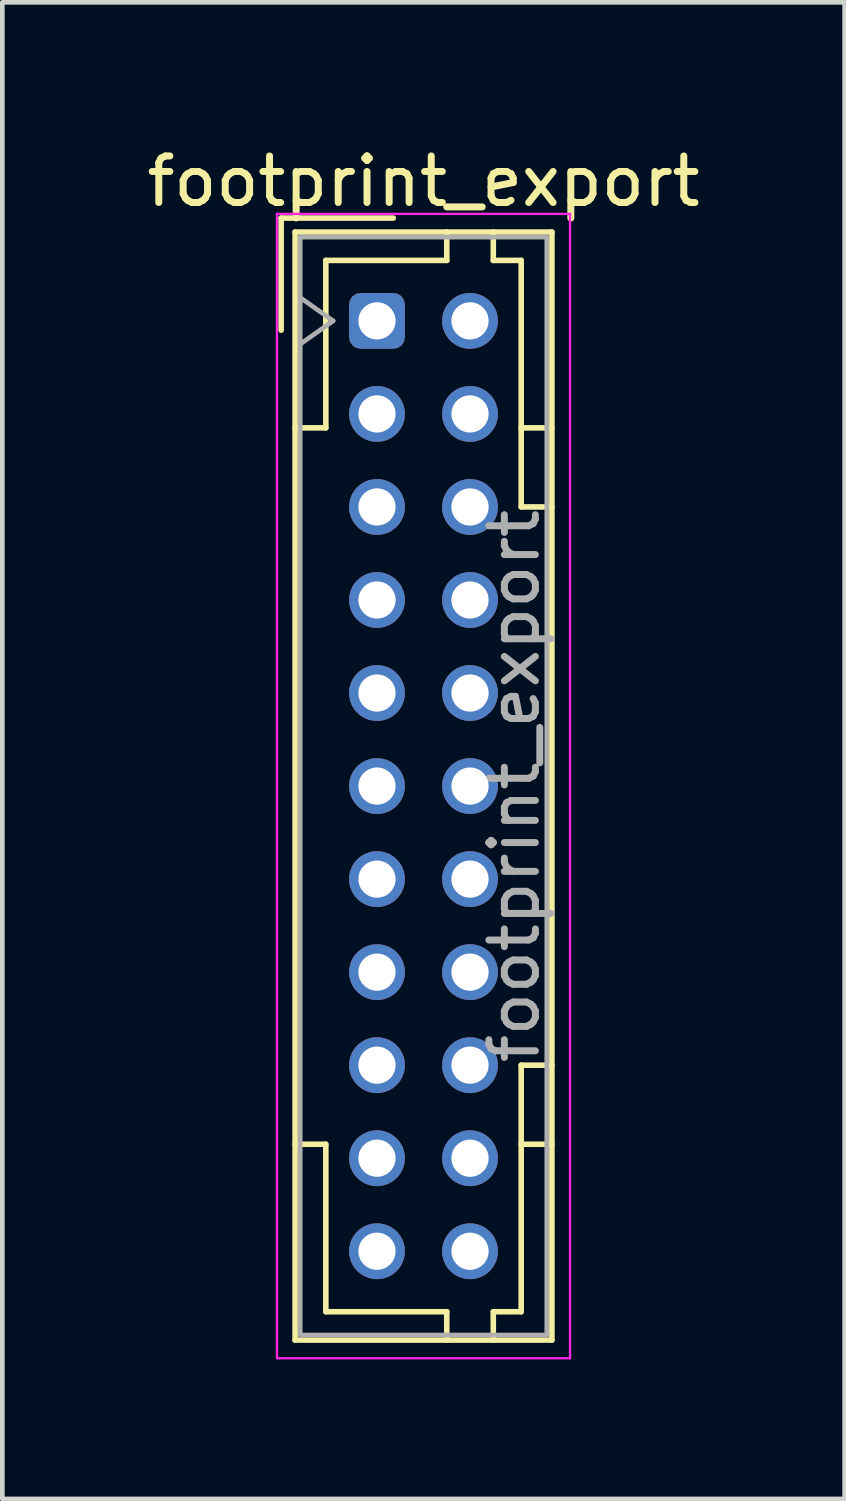
<source format=kicad_pcb>
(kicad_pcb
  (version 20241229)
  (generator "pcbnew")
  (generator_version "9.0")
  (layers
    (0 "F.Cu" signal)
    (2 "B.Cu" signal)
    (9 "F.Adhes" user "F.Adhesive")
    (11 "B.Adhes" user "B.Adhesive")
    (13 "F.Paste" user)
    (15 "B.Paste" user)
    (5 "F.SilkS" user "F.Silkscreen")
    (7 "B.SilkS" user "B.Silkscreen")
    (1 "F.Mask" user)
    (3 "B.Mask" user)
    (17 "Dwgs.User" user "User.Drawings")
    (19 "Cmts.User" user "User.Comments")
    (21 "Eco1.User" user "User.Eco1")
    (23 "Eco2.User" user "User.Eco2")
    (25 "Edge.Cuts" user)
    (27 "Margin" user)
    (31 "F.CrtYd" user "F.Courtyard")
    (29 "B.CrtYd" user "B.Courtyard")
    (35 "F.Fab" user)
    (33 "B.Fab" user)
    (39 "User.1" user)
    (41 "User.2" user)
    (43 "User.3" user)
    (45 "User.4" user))
  (footprint "footprint_export"
    (layer "F.Cu")
    (at 5.054 3.848)
    (property "Reference" "footprint_export" (at 1 -3 0) (layer "F.SilkS") (effects (font (size 1 1) (thickness 0.15))))
    (attr through_hole)
    (fp_line (start -2.06 -2.21) (end -2.06 0.2) (stroke (width 0.12) (type solid)) (layer "F.SilkS"))
    (fp_line (start -1.76 -1.91) (end -1.76 21.91) (stroke (width 0.12) (type solid)) (layer "F.SilkS"))
    (fp_line (start -1.76 21.91) (end 3.76 21.91) (stroke (width 0.12) (type solid)) (layer "F.SilkS"))
    (fp_line (start -1.1 -1.3) (end -1.1 2.3) (stroke (width 0.12) (type solid)) (layer "F.SilkS"))
    (fp_line (start -1.1 2.3) (end -1.76 2.3) (stroke (width 0.12) (type solid)) (layer "F.SilkS"))
    (fp_line (start -1.1 17.7) (end -1.76 17.7) (stroke (width 0.12) (type solid)) (layer "F.SilkS"))
    (fp_line (start -1.1 21.3) (end -1.1 17.7) (stroke (width 0.12) (type solid)) (layer "F.SilkS"))
    (fp_line (start 0.35 -2.21) (end -2.06 -2.21) (stroke (width 0.12) (type solid)) (layer "F.SilkS"))
    (fp_line (start 1.5 -1.91) (end 1.5 -1.3) (stroke (width 0.12) (type solid)) (layer "F.SilkS"))
    (fp_line (start 1.5 -1.3) (end -1.1 -1.3) (stroke (width 0.12) (type solid)) (layer "F.SilkS"))
    (fp_line (start 1.5 21.3) (end -1.1 21.3) (stroke (width 0.12) (type solid)) (layer "F.SilkS"))
    (fp_line (start 1.5 21.91) (end 1.5 21.3) (stroke (width 0.12) (type solid)) (layer "F.SilkS"))
    (fp_line (start 2.5 -1.91) (end 2.5 -1.3) (stroke (width 0.12) (type solid)) (layer "F.SilkS"))
    (fp_line (start 2.5 -1.3) (end 3.1 -1.3) (stroke (width 0.12) (type solid)) (layer "F.SilkS"))
    (fp_line (start 2.5 21.3) (end 3.1 21.3) (stroke (width 0.12) (type solid)) (layer "F.SilkS"))
    (fp_line (start 2.5 21.91) (end 2.5 21.3) (stroke (width 0.12) (type solid)) (layer "F.SilkS"))
    (fp_line (start 3.1 -1.3) (end 3.1 4) (stroke (width 0.12) (type solid)) (layer "F.SilkS"))
    (fp_line (start 3.1 4) (end 3.76 4) (stroke (width 0.12) (type solid)) (layer "F.SilkS"))
    (fp_line (start 3.1 16) (end 3.76 16) (stroke (width 0.12) (type solid)) (layer "F.SilkS"))
    (fp_line (start 3.1 21.3) (end 3.1 16) (stroke (width 0.12) (type solid)) (layer "F.SilkS"))
    (fp_line (start 3.76 -1.91) (end -1.76 -1.91) (stroke (width 0.12) (type solid)) (layer "F.SilkS"))
    (fp_line (start 3.76 2.3) (end 3.1 2.3) (stroke (width 0.12) (type solid)) (layer "F.SilkS"))
    (fp_line (start 3.76 17.7) (end 3.1 17.7) (stroke (width 0.12) (type solid)) (layer "F.SilkS"))
    (fp_line (start 3.76 21.91) (end 3.76 -1.91) (stroke (width 0.12) (type solid)) (layer "F.SilkS"))
    (fp_line (start -2.15 -2.3) (end -2.15 22.3) (stroke (width 0.05) (type solid)) (layer "F.CrtYd"))
    (fp_line (start -2.15 22.3) (end 4.15 22.3) (stroke (width 0.05) (type solid)) (layer "F.CrtYd"))
    (fp_line (start 4.15 -2.3) (end -2.15 -2.3) (stroke (width 0.05) (type solid)) (layer "F.CrtYd"))
    (fp_line (start 4.15 22.3) (end 4.15 -2.3) (stroke (width 0.05) (type solid)) (layer "F.CrtYd"))
    (fp_line (start -1.65 -1.8) (end -1.65 21.8) (stroke (width 0.1) (type solid)) (layer "F.Fab"))
    (fp_line (start -1.65 0.5) (end -0.943 0) (stroke (width 0.1) (type solid)) (layer "F.Fab"))
    (fp_line (start -1.65 21.8) (end 3.65 21.8) (stroke (width 0.1) (type solid)) (layer "F.Fab"))
    (fp_line (start -0.943 0) (end -1.65 -0.5) (stroke (width 0.1) (type solid)) (layer "F.Fab"))
    (fp_line (start 3.65 -1.8) (end -1.65 -1.8) (stroke (width 0.1) (type solid)) (layer "F.Fab"))
    (fp_line (start 3.65 21.8) (end 3.65 -1.8) (stroke (width 0.1) (type solid)) (layer "F.Fab"))
    (fp_text user "${REFERENCE}" (at 2.95 10 90) (layer "F.Fab") (effects (font (size 1 1) (thickness 0.15))))
    (pad "a1" thru_hole roundrect (at 0 0) (size 1.2 1.2) (drill 0.8) (layers "*.Cu" "*.Mask") (roundrect_rratio 0.208))
    (pad "a2" thru_hole circle (at 0 2) (size 1.2 1.2) (drill 0.8) (layers "*.Cu" "*.Mask"))
    (pad "a3" thru_hole circle (at 0 4) (size 1.2 1.2) (drill 0.8) (layers "*.Cu" "*.Mask"))
    (pad "a4" thru_hole circle (at 0 6) (size 1.2 1.2) (drill 0.8) (layers "*.Cu" "*.Mask"))
    (pad "a5" thru_hole circle (at 0 8) (size 1.2 1.2) (drill 0.8) (layers "*.Cu" "*.Mask"))
    (pad "a6" thru_hole circle (at 0 10) (size 1.2 1.2) (drill 0.8) (layers "*.Cu" "*.Mask"))
    (pad "a7" thru_hole circle (at 0 12) (size 1.2 1.2) (drill 0.8) (layers "*.Cu" "*.Mask"))
    (pad "a8" thru_hole circle (at 0 14) (size 1.2 1.2) (drill 0.8) (layers "*.Cu" "*.Mask"))
    (pad "a9" thru_hole circle (at 0 16) (size 1.2 1.2) (drill 0.8) (layers "*.Cu" "*.Mask"))
    (pad "a10" thru_hole circle (at 0 18) (size 1.2 1.2) (drill 0.8) (layers "*.Cu" "*.Mask"))
    (pad "a11" thru_hole circle (at 0 20) (size 1.2 1.2) (drill 0.8) (layers "*.Cu" "*.Mask"))
    (pad "b1" thru_hole circle (at 2 0) (size 1.2 1.2) (drill 0.8) (layers "*.Cu" "*.Mask"))
    (pad "b2" thru_hole circle (at 2 2) (size 1.2 1.2) (drill 0.8) (layers "*.Cu" "*.Mask"))
    (pad "b3" thru_hole circle (at 2 4) (size 1.2 1.2) (drill 0.8) (layers "*.Cu" "*.Mask"))
    (pad "b4" thru_hole circle (at 2 6) (size 1.2 1.2) (drill 0.8) (layers "*.Cu" "*.Mask"))
    (pad "b5" thru_hole circle (at 2 8) (size 1.2 1.2) (drill 0.8) (layers "*.Cu" "*.Mask"))
    (pad "b6" thru_hole circle (at 2 10) (size 1.2 1.2) (drill 0.8) (layers "*.Cu" "*.Mask"))
    (pad "b7" thru_hole circle (at 2 12) (size 1.2 1.2) (drill 0.8) (layers "*.Cu" "*.Mask"))
    (pad "b8" thru_hole circle (at 2 14) (size 1.2 1.2) (drill 0.8) (layers "*.Cu" "*.Mask"))
    (pad "b9" thru_hole circle (at 2 16) (size 1.2 1.2) (drill 0.8) (layers "*.Cu" "*.Mask"))
    (pad "b10" thru_hole circle (at 2 18) (size 1.2 1.2) (drill 0.8) (layers "*.Cu" "*.Mask"))
    (pad "b11" thru_hole circle (at 2 20) (size 1.2 1.2) (drill 0.8) (layers "*.Cu" "*.Mask")))
  (gr_rect
    (start -3 -3)
    (end 15.107 29.173)
    (stroke (width 0.1) (type default))
    (fill no)
    (layer "Edge.Cuts")))
</source>
